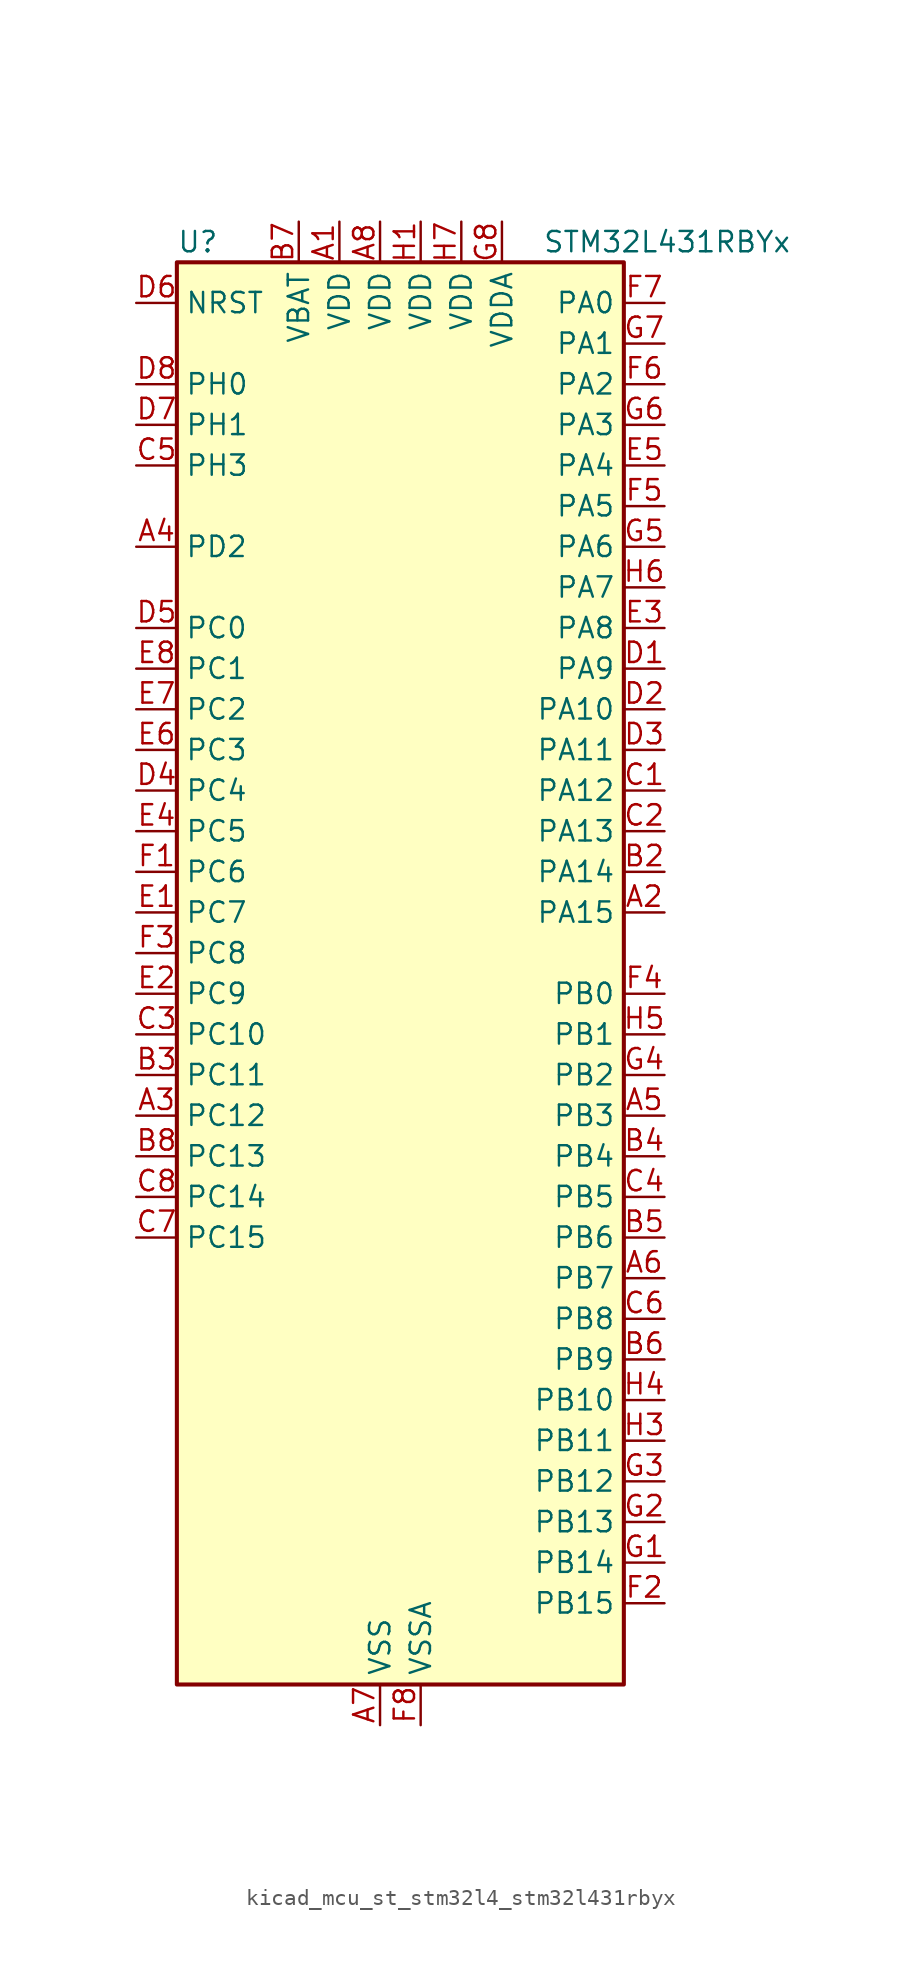
<source format=kicad_sym>
(kicad_symbol_lib
  (version 20220914)
  (generator kicad_symbol_editor)
  (symbol "kicad_mcu_st_stm32l4_stm32l431rbyx"
    (property "Reference" "U"
      (at -12.7 46.99 0)
      (effects (font (size 1.27 1.27)) (justify left)))
    (property "Value" "STM32L431RBYx"
      (at 10.16 46.99 0)
      (effects (font (size 1.27 1.27)) (justify left)))
    (property "ki_locked" ""
      (at 0 0 0)
      (effects (font (size 1.27 1.27))))
    (symbol "kicad_mcu_st_stm32l4_stm32l431rbyx_0_1"
      (rectangle (start -12.7 -43.18) (end 15.24 45.72) (stroke (width 0.254) (type default)) (fill (type background))))
    (symbol "kicad_mcu_st_stm32l4_stm32l431rbyx_1_1"
      (pin power_in line (at -2.54 48.26 270) (length 2.54) (name "VDD" (effects (font (size 1.27 1.27)))) (number "A1" (effects (font (size 1.27 1.27)))))
      (pin bidirectional line (at 17.78 5.08 180) (length 2.54) (name "PA15" (effects (font (size 1.27 1.27)))) (number "A2" (effects (font (size 1.27 1.27)))) (alternate "ADC1_EXTI15" bidirectional line) (alternate "SPI1_NSS" bidirectional line) (alternate "SPI3_NSS" bidirectional line) (alternate "SWPMI1_SUSPEND" bidirectional line) (alternate "SYS_JTDI" bidirectional line) (alternate "TIM2_CH1" bidirectional line) (alternate "TIM2_ETR" bidirectional line) (alternate "TSC_G3_IO1" bidirectional line) (alternate "USART2_RX" bidirectional line) (alternate "USART3_DE" bidirectional line) (alternate "USART3_RTS" bidirectional line))
      (pin bidirectional line (at -15.24 -7.62 0) (length 2.54) (name "PC12" (effects (font (size 1.27 1.27)))) (number "A3" (effects (font (size 1.27 1.27)))) (alternate "SDMMC1_CK" bidirectional line) (alternate "SPI3_MOSI" bidirectional line) (alternate "TSC_G3_IO4" bidirectional line) (alternate "USART3_CK" bidirectional line))
      (pin bidirectional line (at -15.24 27.94 0) (length 2.54) (name "PD2" (effects (font (size 1.27 1.27)))) (number "A4" (effects (font (size 1.27 1.27)))) (alternate "SDMMC1_CMD" bidirectional line) (alternate "TSC_SYNC" bidirectional line) (alternate "USART3_DE" bidirectional line) (alternate "USART3_RTS" bidirectional line))
      (pin bidirectional line (at 17.78 -7.62 180) (length 2.54) (name "PB3" (effects (font (size 1.27 1.27)))) (number "A5" (effects (font (size 1.27 1.27)))) (alternate "COMP2_INM" bidirectional line) (alternate "SAI1_SCK_B" bidirectional line) (alternate "SPI1_SCK" bidirectional line) (alternate "SPI3_SCK" bidirectional line) (alternate "SYS_JTDO-SWO" bidirectional line) (alternate "TIM2_CH2" bidirectional line) (alternate "USART1_DE" bidirectional line) (alternate "USART1_RTS" bidirectional line))
      (pin bidirectional line (at 17.78 -17.78 180) (length 2.54) (name "PB7" (effects (font (size 1.27 1.27)))) (number "A6" (effects (font (size 1.27 1.27)))) (alternate "COMP2_INM" bidirectional line) (alternate "I2C1_SDA" bidirectional line) (alternate "LPTIM1_IN2" bidirectional line) (alternate "SYS_PVD_IN" bidirectional line) (alternate "TSC_G2_IO4" bidirectional line) (alternate "USART1_RX" bidirectional line))
      (pin power_in line (at 0 -45.72 90) (length 2.54) (name "VSS" (effects (font (size 1.27 1.27)))) (number "A7" (effects (font (size 1.27 1.27)))))
      (pin power_in line (at 0 48.26 270) (length 2.54) (name "VDD" (effects (font (size 1.27 1.27)))) (number "A8" (effects (font (size 1.27 1.27)))))
      (pin passive line (at 0 -45.72 90) (length 2.54) hide (name "VSS" (effects (font (size 1.27 1.27)))) (number "B1" (effects (font (size 1.27 1.27)))))
      (pin bidirectional line (at 17.78 7.62 180) (length 2.54) (name "PA14" (effects (font (size 1.27 1.27)))) (number "B2" (effects (font (size 1.27 1.27)))) (alternate "I2C1_SMBA" bidirectional line) (alternate "LPTIM1_OUT" bidirectional line) (alternate "SAI1_FS_B" bidirectional line) (alternate "SWPMI1_RX" bidirectional line) (alternate "SYS_JTCK-SWCLK" bidirectional line))
      (pin bidirectional line (at -15.24 -5.08 0) (length 2.54) (name "PC11" (effects (font (size 1.27 1.27)))) (number "B3" (effects (font (size 1.27 1.27)))) (alternate "ADC1_EXTI11" bidirectional line) (alternate "SDMMC1_D3" bidirectional line) (alternate "SPI3_MISO" bidirectional line) (alternate "TSC_G3_IO3" bidirectional line) (alternate "USART3_RX" bidirectional line))
      (pin bidirectional line (at 17.78 -10.16 180) (length 2.54) (name "PB4" (effects (font (size 1.27 1.27)))) (number "B4" (effects (font (size 1.27 1.27)))) (alternate "COMP2_INP" bidirectional line) (alternate "I2C3_SDA" bidirectional line) (alternate "SAI1_MCLK_B" bidirectional line) (alternate "SPI1_MISO" bidirectional line) (alternate "SPI3_MISO" bidirectional line) (alternate "SYS_JTRST" bidirectional line) (alternate "TSC_G2_IO1" bidirectional line) (alternate "USART1_CTS" bidirectional line))
      (pin bidirectional line (at 17.78 -15.24 180) (length 2.54) (name "PB6" (effects (font (size 1.27 1.27)))) (number "B5" (effects (font (size 1.27 1.27)))) (alternate "COMP2_INP" bidirectional line) (alternate "I2C1_SCL" bidirectional line) (alternate "LPTIM1_ETR" bidirectional line) (alternate "SAI1_FS_B" bidirectional line) (alternate "TIM16_CH1N" bidirectional line) (alternate "TSC_G2_IO3" bidirectional line) (alternate "USART1_TX" bidirectional line))
      (pin bidirectional line (at 17.78 -22.86 180) (length 2.54) (name "PB9" (effects (font (size 1.27 1.27)))) (number "B6" (effects (font (size 1.27 1.27)))) (alternate "CAN1_TX" bidirectional line) (alternate "DAC1_EXTI9" bidirectional line) (alternate "I2C1_SDA" bidirectional line) (alternate "IR_OUT" bidirectional line) (alternate "SAI1_FS_A" bidirectional line) (alternate "SDMMC1_D5" bidirectional line) (alternate "SPI2_NSS" bidirectional line))
      (pin power_in line (at -5.08 48.26 270) (length 2.54) (name "VBAT" (effects (font (size 1.27 1.27)))) (number "B7" (effects (font (size 1.27 1.27)))))
      (pin bidirectional line (at -15.24 -10.16 0) (length 2.54) (name "PC13" (effects (font (size 1.27 1.27)))) (number "B8" (effects (font (size 1.27 1.27)))) (alternate "RTC_OUT_ALARM" bidirectional line) (alternate "RTC_OUT_CALIB" bidirectional line) (alternate "RTC_TAMP1" bidirectional line) (alternate "RTC_TS" bidirectional line) (alternate "SYS_WKUP2" bidirectional line))
      (pin bidirectional line (at 17.78 12.7 180) (length 2.54) (name "PA12" (effects (font (size 1.27 1.27)))) (number "C1" (effects (font (size 1.27 1.27)))) (alternate "CAN1_TX" bidirectional line) (alternate "SPI1_MOSI" bidirectional line) (alternate "TIM1_ETR" bidirectional line) (alternate "USART1_DE" bidirectional line) (alternate "USART1_RTS" bidirectional line))
      (pin bidirectional line (at 17.78 10.16 180) (length 2.54) (name "PA13" (effects (font (size 1.27 1.27)))) (number "C2" (effects (font (size 1.27 1.27)))) (alternate "IR_OUT" bidirectional line) (alternate "SAI1_SD_B" bidirectional line) (alternate "SWPMI1_TX" bidirectional line) (alternate "SYS_JTMS-SWDIO" bidirectional line))
      (pin bidirectional line (at -15.24 -2.54 0) (length 2.54) (name "PC10" (effects (font (size 1.27 1.27)))) (number "C3" (effects (font (size 1.27 1.27)))) (alternate "SDMMC1_D2" bidirectional line) (alternate "SPI3_SCK" bidirectional line) (alternate "TSC_G3_IO2" bidirectional line) (alternate "USART3_TX" bidirectional line))
      (pin bidirectional line (at 17.78 -12.7 180) (length 2.54) (name "PB5" (effects (font (size 1.27 1.27)))) (number "C4" (effects (font (size 1.27 1.27)))) (alternate "COMP2_OUT" bidirectional line) (alternate "I2C1_SMBA" bidirectional line) (alternate "LPTIM1_IN1" bidirectional line) (alternate "SAI1_SD_B" bidirectional line) (alternate "SPI1_MOSI" bidirectional line) (alternate "SPI3_MOSI" bidirectional line) (alternate "TIM16_BKIN" bidirectional line) (alternate "TSC_G2_IO2" bidirectional line) (alternate "USART1_CK" bidirectional line))
      (pin bidirectional line (at -15.24 33.02 0) (length 2.54) (name "PH3" (effects (font (size 1.27 1.27)))) (number "C5" (effects (font (size 1.27 1.27)))))
      (pin bidirectional line (at 17.78 -20.32 180) (length 2.54) (name "PB8" (effects (font (size 1.27 1.27)))) (number "C6" (effects (font (size 1.27 1.27)))) (alternate "CAN1_RX" bidirectional line) (alternate "I2C1_SCL" bidirectional line) (alternate "SAI1_MCLK_A" bidirectional line) (alternate "SDMMC1_D4" bidirectional line) (alternate "TIM16_CH1" bidirectional line))
      (pin bidirectional line (at -15.24 -15.24 0) (length 2.54) (name "PC15" (effects (font (size 1.27 1.27)))) (number "C7" (effects (font (size 1.27 1.27)))) (alternate "ADC1_EXTI15" bidirectional line) (alternate "RCC_OSC32_OUT" bidirectional line))
      (pin bidirectional line (at -15.24 -12.7 0) (length 2.54) (name "PC14" (effects (font (size 1.27 1.27)))) (number "C8" (effects (font (size 1.27 1.27)))) (alternate "RCC_OSC32_IN" bidirectional line))
      (pin bidirectional line (at 17.78 20.32 180) (length 2.54) (name "PA9" (effects (font (size 1.27 1.27)))) (number "D1" (effects (font (size 1.27 1.27)))) (alternate "DAC1_EXTI9" bidirectional line) (alternate "I2C1_SCL" bidirectional line) (alternate "SAI1_FS_A" bidirectional line) (alternate "TIM15_BKIN" bidirectional line) (alternate "TIM1_CH2" bidirectional line) (alternate "USART1_TX" bidirectional line))
      (pin bidirectional line (at 17.78 17.78 180) (length 2.54) (name "PA10" (effects (font (size 1.27 1.27)))) (number "D2" (effects (font (size 1.27 1.27)))) (alternate "I2C1_SDA" bidirectional line) (alternate "SAI1_SD_A" bidirectional line) (alternate "TIM1_CH3" bidirectional line) (alternate "USART1_RX" bidirectional line))
      (pin bidirectional line (at 17.78 15.24 180) (length 2.54) (name "PA11" (effects (font (size 1.27 1.27)))) (number "D3" (effects (font (size 1.27 1.27)))) (alternate "ADC1_EXTI11" bidirectional line) (alternate "CAN1_RX" bidirectional line) (alternate "COMP1_OUT" bidirectional line) (alternate "SPI1_MISO" bidirectional line) (alternate "TIM1_BKIN2" bidirectional line) (alternate "TIM1_BKIN2_COMP1" bidirectional line) (alternate "TIM1_CH4" bidirectional line) (alternate "USART1_CTS" bidirectional line))
      (pin bidirectional line (at -15.24 12.7 0) (length 2.54) (name "PC4" (effects (font (size 1.27 1.27)))) (number "D4" (effects (font (size 1.27 1.27)))) (alternate "ADC1_IN13" bidirectional line) (alternate "COMP1_INM" bidirectional line) (alternate "USART3_TX" bidirectional line))
      (pin bidirectional line (at -15.24 22.86 0) (length 2.54) (name "PC0" (effects (font (size 1.27 1.27)))) (number "D5" (effects (font (size 1.27 1.27)))) (alternate "ADC1_IN1" bidirectional line) (alternate "I2C3_SCL" bidirectional line) (alternate "LPTIM1_IN1" bidirectional line) (alternate "LPTIM2_IN1" bidirectional line) (alternate "LPUART1_RX" bidirectional line))
      (pin input line (at -15.24 43.18 0) (length 2.54) (name "NRST" (effects (font (size 1.27 1.27)))) (number "D6" (effects (font (size 1.27 1.27)))))
      (pin bidirectional line (at -15.24 35.56 0) (length 2.54) (name "PH1" (effects (font (size 1.27 1.27)))) (number "D7" (effects (font (size 1.27 1.27)))) (alternate "RCC_OSC_OUT" bidirectional line))
      (pin bidirectional line (at -15.24 38.1 0) (length 2.54) (name "PH0" (effects (font (size 1.27 1.27)))) (number "D8" (effects (font (size 1.27 1.27)))) (alternate "RCC_OSC_IN" bidirectional line))
      (pin bidirectional line (at -15.24 5.08 0) (length 2.54) (name "PC7" (effects (font (size 1.27 1.27)))) (number "E1" (effects (font (size 1.27 1.27)))) (alternate "SDMMC1_D7" bidirectional line) (alternate "TSC_G4_IO2" bidirectional line))
      (pin bidirectional line (at -15.24 0 0) (length 2.54) (name "PC9" (effects (font (size 1.27 1.27)))) (number "E2" (effects (font (size 1.27 1.27)))) (alternate "DAC1_EXTI9" bidirectional line) (alternate "SDMMC1_D1" bidirectional line) (alternate "TSC_G4_IO4" bidirectional line))
      (pin bidirectional line (at 17.78 22.86 180) (length 2.54) (name "PA8" (effects (font (size 1.27 1.27)))) (number "E3" (effects (font (size 1.27 1.27)))) (alternate "LPTIM2_OUT" bidirectional line) (alternate "RCC_MCO" bidirectional line) (alternate "SAI1_SCK_A" bidirectional line) (alternate "SWPMI1_IO" bidirectional line) (alternate "TIM1_CH1" bidirectional line) (alternate "USART1_CK" bidirectional line))
      (pin bidirectional line (at -15.24 10.16 0) (length 2.54) (name "PC5" (effects (font (size 1.27 1.27)))) (number "E4" (effects (font (size 1.27 1.27)))) (alternate "ADC1_IN14" bidirectional line) (alternate "COMP1_INP" bidirectional line) (alternate "SYS_WKUP5" bidirectional line) (alternate "USART3_RX" bidirectional line))
      (pin bidirectional line (at 17.78 33.02 180) (length 2.54) (name "PA4" (effects (font (size 1.27 1.27)))) (number "E5" (effects (font (size 1.27 1.27)))) (alternate "ADC1_IN9" bidirectional line) (alternate "COMP1_INM" bidirectional line) (alternate "COMP2_INM" bidirectional line) (alternate "DAC1_OUT1" bidirectional line) (alternate "LPTIM2_OUT" bidirectional line) (alternate "SAI1_FS_B" bidirectional line) (alternate "SPI1_NSS" bidirectional line) (alternate "SPI3_NSS" bidirectional line) (alternate "USART2_CK" bidirectional line))
      (pin bidirectional line (at -15.24 15.24 0) (length 2.54) (name "PC3" (effects (font (size 1.27 1.27)))) (number "E6" (effects (font (size 1.27 1.27)))) (alternate "ADC1_IN4" bidirectional line) (alternate "LPTIM1_ETR" bidirectional line) (alternate "LPTIM2_ETR" bidirectional line) (alternate "SAI1_SD_A" bidirectional line) (alternate "SPI2_MOSI" bidirectional line))
      (pin bidirectional line (at -15.24 17.78 0) (length 2.54) (name "PC2" (effects (font (size 1.27 1.27)))) (number "E7" (effects (font (size 1.27 1.27)))) (alternate "ADC1_IN3" bidirectional line) (alternate "LPTIM1_IN2" bidirectional line) (alternate "SPI2_MISO" bidirectional line))
      (pin bidirectional line (at -15.24 20.32 0) (length 2.54) (name "PC1" (effects (font (size 1.27 1.27)))) (number "E8" (effects (font (size 1.27 1.27)))) (alternate "ADC1_IN2" bidirectional line) (alternate "I2C3_SDA" bidirectional line) (alternate "LPTIM1_OUT" bidirectional line) (alternate "LPUART1_TX" bidirectional line))
      (pin bidirectional line (at -15.24 7.62 0) (length 2.54) (name "PC6" (effects (font (size 1.27 1.27)))) (number "F1" (effects (font (size 1.27 1.27)))) (alternate "SDMMC1_D6" bidirectional line) (alternate "TSC_G4_IO1" bidirectional line))
      (pin bidirectional line (at 17.78 -38.1 180) (length 2.54) (name "PB15" (effects (font (size 1.27 1.27)))) (number "F2" (effects (font (size 1.27 1.27)))) (alternate "ADC1_EXTI15" bidirectional line) (alternate "RTC_REFIN" bidirectional line) (alternate "SAI1_SD_A" bidirectional line) (alternate "SPI2_MOSI" bidirectional line) (alternate "SWPMI1_SUSPEND" bidirectional line) (alternate "TIM15_CH2" bidirectional line) (alternate "TIM1_CH3N" bidirectional line) (alternate "TSC_G1_IO4" bidirectional line))
      (pin bidirectional line (at -15.24 2.54 0) (length 2.54) (name "PC8" (effects (font (size 1.27 1.27)))) (number "F3" (effects (font (size 1.27 1.27)))) (alternate "SDMMC1_D0" bidirectional line) (alternate "TSC_G4_IO3" bidirectional line))
      (pin bidirectional line (at 17.78 0 180) (length 2.54) (name "PB0" (effects (font (size 1.27 1.27)))) (number "F4" (effects (font (size 1.27 1.27)))) (alternate "ADC1_IN15" bidirectional line) (alternate "COMP1_OUT" bidirectional line) (alternate "QUADSPI_BK1_IO1" bidirectional line) (alternate "SAI1_EXTCLK" bidirectional line) (alternate "SPI1_NSS" bidirectional line) (alternate "TIM1_CH2N" bidirectional line) (alternate "USART3_CK" bidirectional line))
      (pin bidirectional line (at 17.78 30.48 180) (length 2.54) (name "PA5" (effects (font (size 1.27 1.27)))) (number "F5" (effects (font (size 1.27 1.27)))) (alternate "ADC1_IN10" bidirectional line) (alternate "COMP1_INM" bidirectional line) (alternate "COMP2_INM" bidirectional line) (alternate "DAC1_OUT2" bidirectional line) (alternate "LPTIM2_ETR" bidirectional line) (alternate "SPI1_SCK" bidirectional line) (alternate "TIM2_CH1" bidirectional line) (alternate "TIM2_ETR" bidirectional line))
      (pin bidirectional line (at 17.78 38.1 180) (length 2.54) (name "PA2" (effects (font (size 1.27 1.27)))) (number "F6" (effects (font (size 1.27 1.27)))) (alternate "ADC1_IN7" bidirectional line) (alternate "COMP2_INM" bidirectional line) (alternate "COMP2_OUT" bidirectional line) (alternate "LPUART1_TX" bidirectional line) (alternate "QUADSPI_BK1_NCS" bidirectional line) (alternate "RCC_LSCO" bidirectional line) (alternate "SYS_WKUP4" bidirectional line) (alternate "TIM15_CH1" bidirectional line) (alternate "TIM2_CH3" bidirectional line) (alternate "USART2_TX" bidirectional line))
      (pin bidirectional line (at 17.78 43.18 180) (length 2.54) (name "PA0" (effects (font (size 1.27 1.27)))) (number "F7" (effects (font (size 1.27 1.27)))) (alternate "ADC1_IN5" bidirectional line) (alternate "COMP1_INM" bidirectional line) (alternate "COMP1_OUT" bidirectional line) (alternate "OPAMP1_VINP" bidirectional line) (alternate "RTC_TAMP2" bidirectional line) (alternate "SAI1_EXTCLK" bidirectional line) (alternate "SYS_WKUP1" bidirectional line) (alternate "TIM2_CH1" bidirectional line) (alternate "TIM2_ETR" bidirectional line) (alternate "USART2_CTS" bidirectional line))
      (pin power_in line (at 2.54 -45.72 90) (length 2.54) (name "VSSA" (effects (font (size 1.27 1.27)))) (number "F8" (effects (font (size 1.27 1.27)))))
      (pin bidirectional line (at 17.78 -35.56 180) (length 2.54) (name "PB14" (effects (font (size 1.27 1.27)))) (number "G1" (effects (font (size 1.27 1.27)))) (alternate "I2C2_SDA" bidirectional line) (alternate "SAI1_MCLK_A" bidirectional line) (alternate "SPI2_MISO" bidirectional line) (alternate "SWPMI1_RX" bidirectional line) (alternate "TIM15_CH1" bidirectional line) (alternate "TIM1_CH2N" bidirectional line) (alternate "TSC_G1_IO3" bidirectional line) (alternate "USART3_DE" bidirectional line) (alternate "USART3_RTS" bidirectional line))
      (pin bidirectional line (at 17.78 -33.02 180) (length 2.54) (name "PB13" (effects (font (size 1.27 1.27)))) (number "G2" (effects (font (size 1.27 1.27)))) (alternate "I2C2_SCL" bidirectional line) (alternate "LPUART1_CTS" bidirectional line) (alternate "SAI1_SCK_A" bidirectional line) (alternate "SPI2_SCK" bidirectional line) (alternate "SWPMI1_TX" bidirectional line) (alternate "TIM15_CH1N" bidirectional line) (alternate "TIM1_CH1N" bidirectional line) (alternate "TSC_G1_IO2" bidirectional line) (alternate "USART3_CTS" bidirectional line))
      (pin bidirectional line (at 17.78 -30.48 180) (length 2.54) (name "PB12" (effects (font (size 1.27 1.27)))) (number "G3" (effects (font (size 1.27 1.27)))) (alternate "I2C2_SMBA" bidirectional line) (alternate "LPUART1_DE" bidirectional line) (alternate "LPUART1_RTS" bidirectional line) (alternate "SAI1_FS_A" bidirectional line) (alternate "SPI2_NSS" bidirectional line) (alternate "SWPMI1_IO" bidirectional line) (alternate "TIM15_BKIN" bidirectional line) (alternate "TIM1_BKIN" bidirectional line) (alternate "TIM1_BKIN_COMP2" bidirectional line) (alternate "TSC_G1_IO1" bidirectional line) (alternate "USART3_CK" bidirectional line))
      (pin bidirectional line (at 17.78 -5.08 180) (length 2.54) (name "PB2" (effects (font (size 1.27 1.27)))) (number "G4" (effects (font (size 1.27 1.27)))) (alternate "COMP1_INP" bidirectional line) (alternate "I2C3_SMBA" bidirectional line) (alternate "LPTIM1_OUT" bidirectional line) (alternate "RTC_OUT_ALARM" bidirectional line) (alternate "RTC_OUT_CALIB" bidirectional line))
      (pin bidirectional line (at 17.78 27.94 180) (length 2.54) (name "PA6" (effects (font (size 1.27 1.27)))) (number "G5" (effects (font (size 1.27 1.27)))) (alternate "ADC1_IN11" bidirectional line) (alternate "COMP1_OUT" bidirectional line) (alternate "LPUART1_CTS" bidirectional line) (alternate "QUADSPI_BK1_IO3" bidirectional line) (alternate "SPI1_MISO" bidirectional line) (alternate "TIM16_CH1" bidirectional line) (alternate "TIM1_BKIN" bidirectional line) (alternate "TIM1_BKIN_COMP2" bidirectional line) (alternate "USART3_CTS" bidirectional line))
      (pin bidirectional line (at 17.78 35.56 180) (length 2.54) (name "PA3" (effects (font (size 1.27 1.27)))) (number "G6" (effects (font (size 1.27 1.27)))) (alternate "ADC1_IN8" bidirectional line) (alternate "COMP2_INP" bidirectional line) (alternate "LPUART1_RX" bidirectional line) (alternate "OPAMP1_VOUT" bidirectional line) (alternate "QUADSPI_CLK" bidirectional line) (alternate "SAI1_MCLK_A" bidirectional line) (alternate "TIM15_CH2" bidirectional line) (alternate "TIM2_CH4" bidirectional line) (alternate "USART2_RX" bidirectional line))
      (pin bidirectional line (at 17.78 40.64 180) (length 2.54) (name "PA1" (effects (font (size 1.27 1.27)))) (number "G7" (effects (font (size 1.27 1.27)))) (alternate "ADC1_IN6" bidirectional line) (alternate "COMP1_INP" bidirectional line) (alternate "I2C1_SMBA" bidirectional line) (alternate "OPAMP1_VINM" bidirectional line) (alternate "SPI1_SCK" bidirectional line) (alternate "TIM15_CH1N" bidirectional line) (alternate "TIM2_CH2" bidirectional line) (alternate "USART2_DE" bidirectional line) (alternate "USART2_RTS" bidirectional line))
      (pin power_in line (at 7.62 48.26 270) (length 2.54) (name "VDDA" (effects (font (size 1.27 1.27)))) (number "G8" (effects (font (size 1.27 1.27)))))
      (pin power_in line (at 2.54 48.26 270) (length 2.54) (name "VDD" (effects (font (size 1.27 1.27)))) (number "H1" (effects (font (size 1.27 1.27)))))
      (pin passive line (at 0 -45.72 90) (length 2.54) hide (name "VSS" (effects (font (size 1.27 1.27)))) (number "H2" (effects (font (size 1.27 1.27)))))
      (pin bidirectional line (at 17.78 -27.94 180) (length 2.54) (name "PB11" (effects (font (size 1.27 1.27)))) (number "H3" (effects (font (size 1.27 1.27)))) (alternate "ADC1_EXTI11" bidirectional line) (alternate "COMP2_OUT" bidirectional line) (alternate "I2C2_SDA" bidirectional line) (alternate "LPUART1_TX" bidirectional line) (alternate "QUADSPI_BK1_NCS" bidirectional line) (alternate "TIM2_CH4" bidirectional line) (alternate "USART3_RX" bidirectional line))
      (pin bidirectional line (at 17.78 -25.4 180) (length 2.54) (name "PB10" (effects (font (size 1.27 1.27)))) (number "H4" (effects (font (size 1.27 1.27)))) (alternate "COMP1_OUT" bidirectional line) (alternate "I2C2_SCL" bidirectional line) (alternate "LPUART1_RX" bidirectional line) (alternate "QUADSPI_CLK" bidirectional line) (alternate "SAI1_SCK_A" bidirectional line) (alternate "SPI2_SCK" bidirectional line) (alternate "TIM2_CH3" bidirectional line) (alternate "TSC_SYNC" bidirectional line) (alternate "USART3_TX" bidirectional line))
      (pin bidirectional line (at 17.78 -2.54 180) (length 2.54) (name "PB1" (effects (font (size 1.27 1.27)))) (number "H5" (effects (font (size 1.27 1.27)))) (alternate "ADC1_IN16" bidirectional line) (alternate "COMP1_INM" bidirectional line) (alternate "LPTIM2_IN1" bidirectional line) (alternate "LPUART1_DE" bidirectional line) (alternate "LPUART1_RTS" bidirectional line) (alternate "QUADSPI_BK1_IO0" bidirectional line) (alternate "TIM1_CH3N" bidirectional line) (alternate "USART3_DE" bidirectional line) (alternate "USART3_RTS" bidirectional line))
      (pin bidirectional line (at 17.78 25.4 180) (length 2.54) (name "PA7" (effects (font (size 1.27 1.27)))) (number "H6" (effects (font (size 1.27 1.27)))) (alternate "ADC1_IN12" bidirectional line) (alternate "COMP2_OUT" bidirectional line) (alternate "I2C3_SCL" bidirectional line) (alternate "QUADSPI_BK1_IO2" bidirectional line) (alternate "SPI1_MOSI" bidirectional line) (alternate "TIM1_CH1N" bidirectional line))
      (pin power_in line (at 5.08 48.26 270) (length 2.54) (name "VDD" (effects (font (size 1.27 1.27)))) (number "H7" (effects (font (size 1.27 1.27)))))
      (pin passive line (at 0 -45.72 90) (length 2.54) hide (name "VSS" (effects (font (size 1.27 1.27)))) (number "H8" (effects (font (size 1.27 1.27))))))))
</source>
